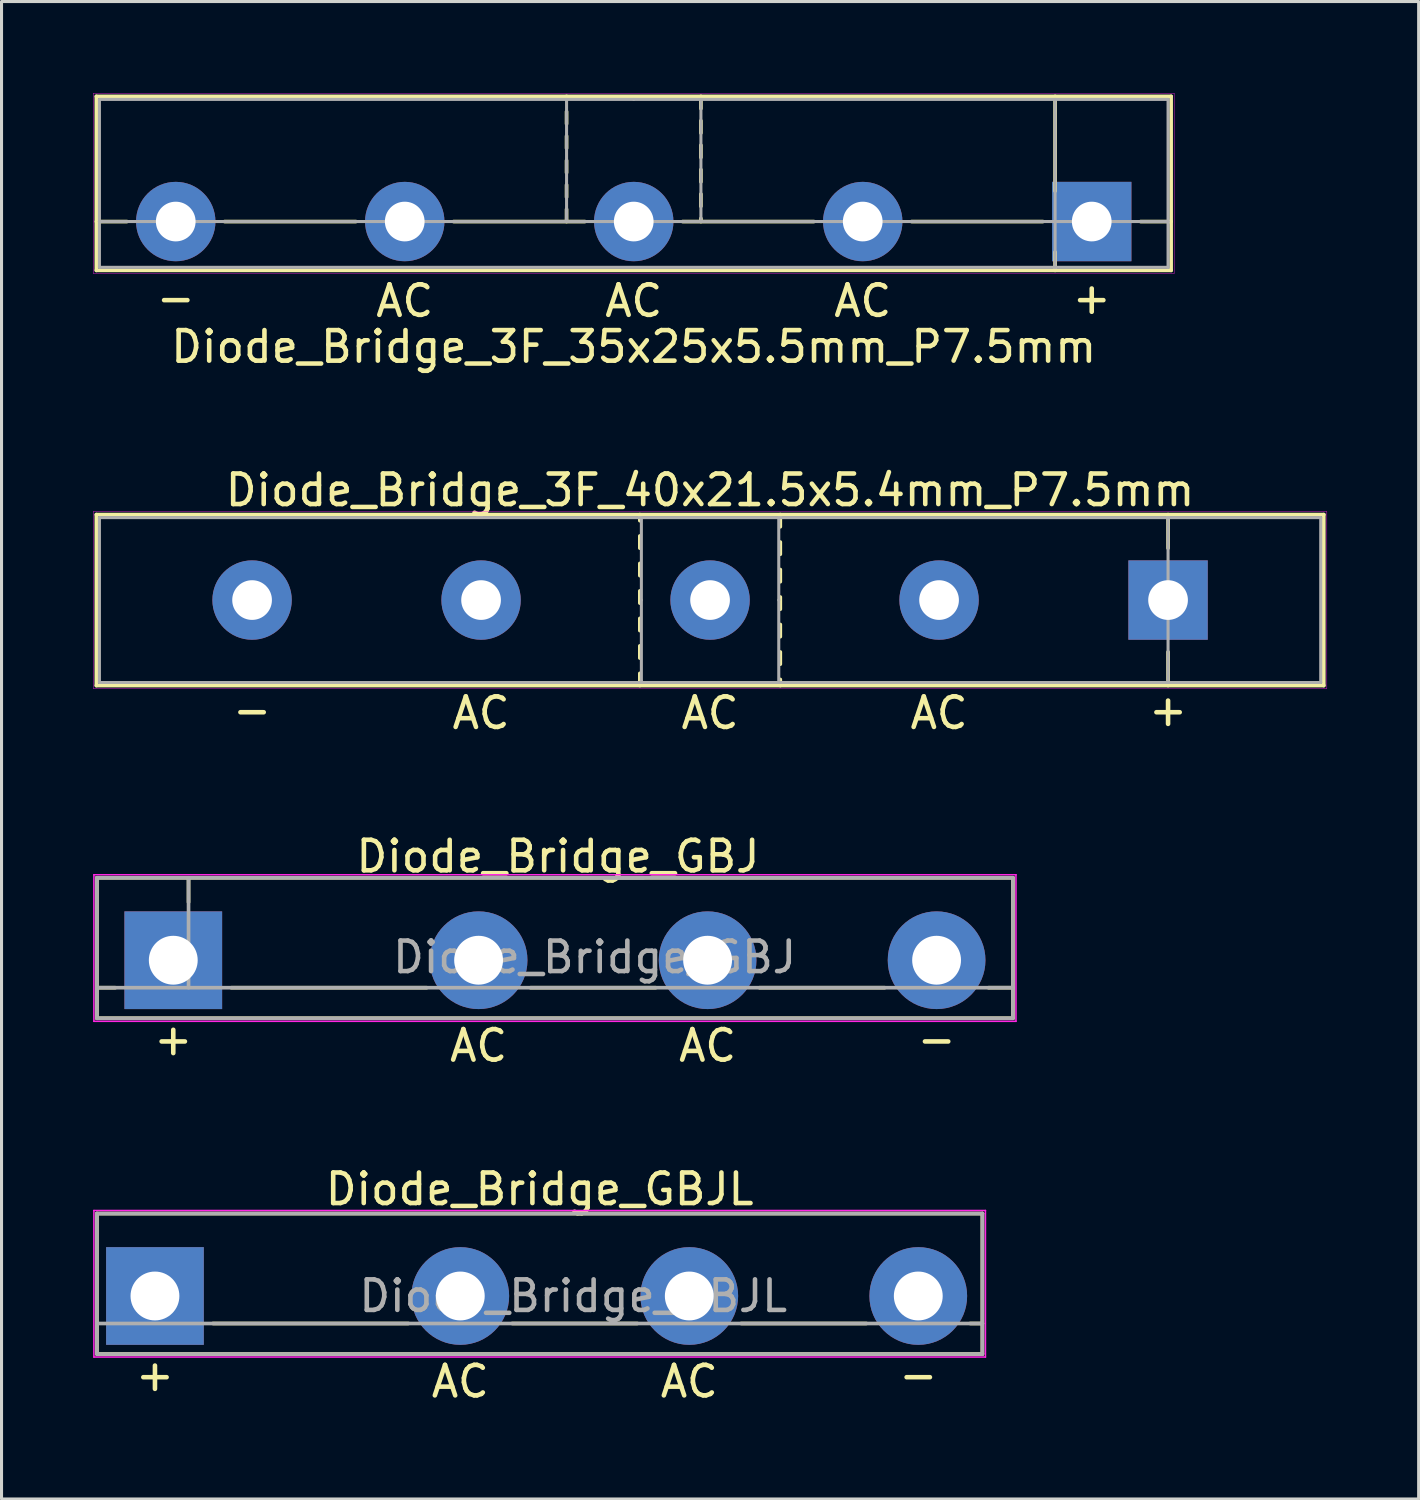
<source format=kicad_pcb>
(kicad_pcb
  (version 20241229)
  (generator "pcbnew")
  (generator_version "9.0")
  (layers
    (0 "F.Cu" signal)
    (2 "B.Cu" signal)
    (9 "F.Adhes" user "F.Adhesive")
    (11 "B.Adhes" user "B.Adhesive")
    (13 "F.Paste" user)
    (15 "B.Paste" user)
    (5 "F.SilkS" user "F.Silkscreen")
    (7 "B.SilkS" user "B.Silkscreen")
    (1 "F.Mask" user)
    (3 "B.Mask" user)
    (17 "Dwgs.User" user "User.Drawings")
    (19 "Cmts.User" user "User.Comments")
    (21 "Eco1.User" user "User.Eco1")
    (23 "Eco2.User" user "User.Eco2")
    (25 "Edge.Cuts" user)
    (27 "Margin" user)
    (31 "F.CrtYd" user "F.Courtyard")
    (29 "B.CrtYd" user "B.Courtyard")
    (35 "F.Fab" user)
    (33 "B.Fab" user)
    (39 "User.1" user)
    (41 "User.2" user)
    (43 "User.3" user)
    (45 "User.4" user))
  (footprint "Diode_Bridge_GBJL"
    (layer "F.Cu")
    (at 2.025 39.396)
    (property "Reference" "Diode_Bridge_GBJL" (at 12.6 -3.5 0) (layer "F.SilkS") (effects (font (size 1 1) (thickness 0.15))))
    (fp_line (start -1.9 -2.7) (end 27.1 -2.7) (stroke (width 0.12) (type solid)) (layer "F.SilkS"))
    (fp_line (start -1.9 1.9) (end -1.9 -2.7) (stroke (width 0.12) (type solid)) (layer "F.SilkS"))
    (fp_line (start 1.9 0.9) (end 8.3 0.9) (stroke (width 0.12) (type solid)) (layer "F.SilkS"))
    (fp_line (start 11.7 0.9) (end 15.8 0.9) (stroke (width 0.12) (type solid)) (layer "F.SilkS"))
    (fp_line (start 19.2 0.9) (end 23.3 0.9) (stroke (width 0.12) (type solid)) (layer "F.SilkS"))
    (fp_line (start 27.1 -2.7) (end 27.1 1.9) (stroke (width 0.12) (type solid)) (layer "F.SilkS"))
    (fp_line (start 27.1 0.9) (end 26.7 0.9) (stroke (width 0.12) (type solid)) (layer "F.SilkS"))
    (fp_line (start 27.1 1.9) (end -1.9 1.9) (stroke (width 0.12) (type solid)) (layer "F.SilkS"))
    (fp_line (start -2 -2.8) (end 27.2 -2.8) (stroke (width 0.05) (type solid)) (layer "F.CrtYd"))
    (fp_line (start -2 2) (end -2 -2.8) (stroke (width 0.05) (type solid)) (layer "F.CrtYd"))
    (fp_line (start 27.2 -2.8) (end 27.2 2) (stroke (width 0.05) (type solid)) (layer "F.CrtYd"))
    (fp_line (start 27.2 2) (end -2 2) (stroke (width 0.05) (type solid)) (layer "F.CrtYd"))
    (fp_line (start -1.9 -2.7) (end -1.9 1.9) (stroke (width 0.12) (type solid)) (layer "F.Fab"))
    (fp_line (start -1.9 0.9) (end 27.1 0.9) (stroke (width 0.12) (type solid)) (layer "F.Fab"))
    (fp_line (start -1.9 1.9) (end 27.1 1.9) (stroke (width 0.12) (type solid)) (layer "F.Fab"))
    (fp_line (start 27.1 -2.7) (end -1.9 -2.7) (stroke (width 0.12) (type solid)) (layer "F.Fab"))
    (fp_line (start 27.1 1.9) (end 27.1 -2.7) (stroke (width 0.12) (type solid)) (layer "F.Fab"))
    (fp_text user "AC" (at 10 2.8 0) (layer "F.SilkS") (effects (font (size 1 1) (thickness 0.15))))
    (fp_text user "-" (at 25 2.586 0) (layer "F.SilkS") (effects (font (size 1 1) (thickness 0.15))))
    (fp_text user "AC" (at 17.5 2.8 0) (layer "F.SilkS") (effects (font (size 1 1) (thickness 0.15))))
    (fp_text user "+" (at 0 2.586 0) (layer "F.SilkS") (effects (font (size 1 1) (thickness 0.15))))
    (fp_text user "${REFERENCE}" (at 13.7 0 0) (layer "F.Fab") (effects (font (size 1 1) (thickness 0.15))))
    (pad "1" thru_hole rect (at 0 0 180) (size 3.2 3.2) (drill 1.6) (layers "*.Cu" "*.Mask"))
    (pad "2" thru_hole circle (at 10 0 180) (size 3.2 3.2) (drill 1.6) (layers "*.Cu" "*.Mask"))
    (pad "3" thru_hole circle (at 17.5 0 180) (size 3.2 3.2) (drill 1.6) (layers "*.Cu" "*.Mask"))
    (pad "4" thru_hole circle (at 25 0 180) (size 3.2 3.2) (drill 1.6) (layers "*.Cu" "*.Mask")))
  (footprint "Diode_Bridge_3F_35x25x5.5mm_P7.5mm"
    (layer "F.Cu")
    (at 32.706 4.206)
    (property "Reference" "Diode_Bridge_3F_35x25x5.5mm_P7.5mm" (at -15 4.1 0) (unlocked yes) (layer "F.SilkS") (effects (font (size 1 1) (thickness 0.15))))
    (fp_line (start -32.6 -4.1) (end 2.6 -4.1) (stroke (width 0.12) (type solid)) (layer "F.SilkS"))
    (fp_line (start -32.6 0) (end -31.6 0) (stroke (width 0.12) (type solid)) (layer "F.SilkS"))
    (fp_line (start -32.6 1.6) (end -32.6 -4.1) (stroke (width 0.12) (type solid)) (layer "F.SilkS"))
    (fp_line (start -28.4 0) (end -24.1 0) (stroke (width 0.12) (type solid)) (layer "F.SilkS"))
    (fp_line (start -20.9 0) (end -16.6 0) (stroke (width 0.12) (type solid)) (layer "F.SilkS"))
    (fp_line (start -17.2 -4) (end -17.2 -4.1) (stroke (width 0.12) (type solid)) (layer "F.SilkS"))
    (fp_line (start -17.2 -3.2) (end -17.2 -3.6) (stroke (width 0.12) (type solid)) (layer "F.SilkS"))
    (fp_line (start -17.2 -2.4) (end -17.2 -2.8) (stroke (width 0.12) (type solid)) (layer "F.SilkS"))
    (fp_line (start -17.2 -1.6) (end -17.2 -2) (stroke (width 0.12) (type solid)) (layer "F.SilkS"))
    (fp_line (start -17.2 -0.8) (end -17.2 -1.2) (stroke (width 0.12) (type solid)) (layer "F.SilkS"))
    (fp_line (start -17.2 0) (end -17.2 -0.4) (stroke (width 0.12) (type solid)) (layer "F.SilkS"))
    (fp_line (start -13.4 0) (end -9.1 0) (stroke (width 0.12) (type solid)) (layer "F.SilkS"))
    (fp_line (start -12.8 -4.1) (end -12.8 -3.7) (stroke (width 0.12) (type solid)) (layer "F.SilkS"))
    (fp_line (start -12.8 -3.3) (end -12.8 -2.9) (stroke (width 0.12) (type solid)) (layer "F.SilkS"))
    (fp_line (start -12.8 -2.5) (end -12.8 -2.1) (stroke (width 0.12) (type solid)) (layer "F.SilkS"))
    (fp_line (start -12.8 -1.7) (end -12.8 -1.3) (stroke (width 0.12) (type solid)) (layer "F.SilkS"))
    (fp_line (start -12.8 -0.9) (end -12.8 -0.5) (stroke (width 0.12) (type solid)) (layer "F.SilkS"))
    (fp_line (start -12.8 -0.1) (end -12.8 0) (stroke (width 0.12) (type solid)) (layer "F.SilkS"))
    (fp_line (start -5.9 0) (end -1.6 0) (stroke (width 0.12) (type solid)) (layer "F.SilkS"))
    (fp_line (start -1.2 -4.1) (end -1.2 -1) (stroke (width 0.12) (type solid)) (layer "F.SilkS"))
    (fp_line (start -1.2 1.6) (end -1.2 1) (stroke (width 0.12) (type solid)) (layer "F.SilkS"))
    (fp_line (start 1.6 0) (end 2.6 0) (stroke (width 0.12) (type solid)) (layer "F.SilkS"))
    (fp_line (start 2.6 -4.1) (end 2.6 1.6) (stroke (width 0.12) (type solid)) (layer "F.SilkS"))
    (fp_line (start 2.6 1.6) (end -32.6 1.6) (stroke (width 0.12) (type solid)) (layer "F.SilkS"))
    (fp_line (start -32.7 -4.2) (end 2.7 -4.2) (stroke (width 0.013) (type solid)) (layer "F.CrtYd"))
    (fp_line (start -32.7 1.7) (end -32.7 -4.2) (stroke (width 0.013) (type solid)) (layer "F.CrtYd"))
    (fp_line (start 2.7 -4.2) (end 2.7 1.7) (stroke (width 0.013) (type solid)) (layer "F.CrtYd"))
    (fp_line (start 2.7 1.7) (end -32.7 1.7) (stroke (width 0.013) (type solid)) (layer "F.CrtYd"))
    (fp_line (start -32.5 0) (end -32.5 -4) (stroke (width 0.1) (type solid)) (layer "F.Fab"))
    (fp_line (start -32.5 0) (end -32.5 1.5) (stroke (width 0.1) (type solid)) (layer "F.Fab"))
    (fp_line (start -32.5 1.5) (end 2.5 1.5) (stroke (width 0.1) (type solid)) (layer "F.Fab"))
    (fp_line (start -17.2 -4) (end -17.2 0) (stroke (width 0.1) (type solid)) (layer "F.Fab"))
    (fp_line (start -15 -4) (end -32.5 -4) (stroke (width 0.1) (type solid)) (layer "F.Fab"))
    (fp_line (start -15 -4) (end 2.5 -4) (stroke (width 0.1) (type solid)) (layer "F.Fab"))
    (fp_line (start -12.8 -4) (end -12.8 0) (stroke (width 0.1) (type solid)) (layer "F.Fab"))
    (fp_line (start -1.2 1.5) (end -1.2 -4) (stroke (width 0.1) (type solid)) (layer "F.Fab"))
    (fp_line (start 2.5 -4) (end 2.5 0) (stroke (width 0.1) (type solid)) (layer "F.Fab"))
    (fp_line (start 2.5 0) (end -32.5 0) (stroke (width 0.1) (type solid)) (layer "F.Fab"))
    (fp_line (start 2.5 1.5) (end 2.5 0) (stroke (width 0.1) (type solid)) (layer "F.Fab"))
    (fp_text user "-" (at -30 2.5 0) (layer "F.SilkS") (effects (font (size 1 1) (thickness 0.15))))
    (fp_text user "+" (at 0 2.5 0) (layer "F.SilkS") (effects (font (size 1 1) (thickness 0.15))))
    (fp_text user "AC" (at -15 2.6 0) (layer "F.SilkS") (effects (font (size 1 1) (thickness 0.15))))
    (fp_text user "AC" (at -7.5 2.6 0) (layer "F.SilkS") (effects (font (size 1 1) (thickness 0.15))))
    (fp_text user "AC" (at -22.5 2.6 0) (layer "F.SilkS") (effects (font (size 1 1) (thickness 0.15))))
    (pad "1" thru_hole rect (at 0 0) (size 2.6 2.6) (drill 1.3) (layers "*.Cu" "*.Mask"))
    (pad "2" thru_hole circle (at -7.5 0) (size 2.6 2.6) (drill 1.3) (layers "*.Cu" "*.Mask"))
    (pad "3" thru_hole circle (at -15 0) (size 2.6 2.6) (drill 1.3) (layers "*.Cu" "*.Mask"))
    (pad "4" thru_hole circle (at -22.5 0) (size 2.6 2.6) (drill 1.3) (layers "*.Cu" "*.Mask"))
    (pad "5" thru_hole circle (at -30 0) (size 2.6 2.6) (drill 1.3) (layers "*.Cu" "*.Mask")))
  (footprint "Diode_Bridge_3F_40x21.5x5.4mm_P7.5mm"
    (layer "F.Cu")
    (at 35.206 16.603)
    (property "Reference" "Diode_Bridge_3F_40x21.5x5.4mm_P7.5mm" (at -15 -3.6 0) (unlocked yes) (layer "F.SilkS") (effects (font (size 1 1) (thickness 0.15))))
    (fp_line (start -35.1 -2.8) (end 5.1 -2.8) (stroke (width 0.12) (type solid)) (layer "F.SilkS"))
    (fp_line (start -35.1 2.8) (end -35.1 -2.8) (stroke (width 0.12) (type solid)) (layer "F.SilkS"))
    (fp_line (start -17.3 -2.6) (end -17.3 -2.8) (stroke (width 0.12) (type solid)) (layer "F.SilkS"))
    (fp_line (start -17.3 -1.7) (end -17.3 -2.1) (stroke (width 0.12) (type solid)) (layer "F.SilkS"))
    (fp_line (start -17.3 -0.8) (end -17.3 -1.2) (stroke (width 0.12) (type solid)) (layer "F.SilkS"))
    (fp_line (start -17.3 0.1) (end -17.3 -0.3) (stroke (width 0.12) (type solid)) (layer "F.SilkS"))
    (fp_line (start -17.3 1) (end -17.3 0.6) (stroke (width 0.12) (type solid)) (layer "F.SilkS"))
    (fp_line (start -17.3 1.9) (end -17.3 1.5) (stroke (width 0.12) (type solid)) (layer "F.SilkS"))
    (fp_line (start -17.3 2.8) (end -17.3 2.4) (stroke (width 0.12) (type solid)) (layer "F.SilkS"))
    (fp_line (start -12.7 -2.8) (end -12.7 -2.4) (stroke (width 0.12) (type solid)) (layer "F.SilkS"))
    (fp_line (start -12.7 -1.9) (end -12.7 -1.5) (stroke (width 0.12) (type solid)) (layer "F.SilkS"))
    (fp_line (start -12.7 -1) (end -12.7 -0.6) (stroke (width 0.12) (type solid)) (layer "F.SilkS"))
    (fp_line (start -12.7 -0.1) (end -12.7 0.3) (stroke (width 0.12) (type solid)) (layer "F.SilkS"))
    (fp_line (start -12.7 0.8) (end -12.7 1.2) (stroke (width 0.12) (type solid)) (layer "F.SilkS"))
    (fp_line (start -12.7 1.7) (end -12.7 2.1) (stroke (width 0.12) (type solid)) (layer "F.SilkS"))
    (fp_line (start -12.7 2.6) (end -12.7 2.8) (stroke (width 0.12) (type solid)) (layer "F.SilkS"))
    (fp_line (start 0 -1.7) (end 0 -2.8) (stroke (width 0.12) (type solid)) (layer "F.SilkS"))
    (fp_line (start 0 2.8) (end 0 1.7) (stroke (width 0.12) (type solid)) (layer "F.SilkS"))
    (fp_line (start 5.1 -2.8) (end 5.1 2.8) (stroke (width 0.12) (type solid)) (layer "F.SilkS"))
    (fp_line (start 5.1 2.8) (end -35.1 2.8) (stroke (width 0.12) (type solid)) (layer "F.SilkS"))
    (fp_line (start -35.2 -2.9) (end -35.2 2.9) (stroke (width 0.013) (type solid)) (layer "F.CrtYd"))
    (fp_line (start -35.2 2.9) (end 5.2 2.9) (stroke (width 0.013) (type solid)) (layer "F.CrtYd"))
    (fp_line (start 5.2 -2.9) (end -35.2 -2.9) (stroke (width 0.013) (type solid)) (layer "F.CrtYd"))
    (fp_line (start 5.2 2.9) (end 5.2 -2.9) (stroke (width 0.013) (type solid)) (layer "F.CrtYd"))
    (fp_line (start -35 -2.7) (end 5 -2.7) (stroke (width 0.1) (type solid)) (layer "F.Fab"))
    (fp_line (start -35 2.7) (end -35 -2.7) (stroke (width 0.1) (type solid)) (layer "F.Fab"))
    (fp_line (start -17.25 0) (end -17.25 -2.7) (stroke (width 0.1) (type solid)) (layer "F.Fab"))
    (fp_line (start -17.25 0) (end -17.25 2.65) (stroke (width 0.1) (type solid)) (layer "F.Fab"))
    (fp_line (start -17.25 2.65) (end -17.25 2.7) (stroke (width 0.1) (type solid)) (layer "F.Fab"))
    (fp_line (start -15 2.7) (end -35 2.7) (stroke (width 0.1) (type solid)) (layer "F.Fab"))
    (fp_line (start -12.75 0) (end -12.75 -2.7) (stroke (width 0.1) (type solid)) (layer "F.Fab"))
    (fp_line (start -12.75 0) (end -12.75 2.7) (stroke (width 0.1) (type solid)) (layer "F.Fab"))
    (fp_line (start 0 2.7) (end 0 -2.7) (stroke (width 0.1) (type solid)) (layer "F.Fab"))
    (fp_line (start 5 -2.7) (end 5 2.7) (stroke (width 0.1) (type solid)) (layer "F.Fab"))
    (fp_line (start 5 2.7) (end -15 2.7) (stroke (width 0.1) (type solid)) (layer "F.Fab"))
    (fp_text user "AC" (at -22.5 3.7 0) (layer "F.SilkS") (effects (font (size 1 1) (thickness 0.15))))
    (fp_text user "AC" (at -7.5 3.7 0) (layer "F.SilkS") (effects (font (size 1 1) (thickness 0.15))))
    (fp_text user "+" (at 0 3.6 0) (layer "F.SilkS") (effects (font (size 1 1) (thickness 0.15))))
    (fp_text user "-" (at -30 3.6 0) (layer "F.SilkS") (effects (font (size 1 1) (thickness 0.15))))
    (fp_text user "AC" (at -15 3.7 0) (layer "F.SilkS") (effects (font (size 1 1) (thickness 0.15))))
    (pad "1" thru_hole rect (at 0 0) (size 2.6 2.6) (drill 1.3) (layers "*.Cu" "*.Mask"))
    (pad "2" thru_hole circle (at -7.5 0) (size 2.6 2.6) (drill 1.3) (layers "*.Cu" "*.Mask"))
    (pad "3" thru_hole circle (at -15 0) (size 2.6 2.6) (drill 1.3) (layers "*.Cu" "*.Mask"))
    (pad "4" thru_hole circle (at -22.5 0) (size 2.6 2.6) (drill 1.3) (layers "*.Cu" "*.Mask"))
    (pad "5" thru_hole circle (at -30 0) (size 2.6 2.6) (drill 1.3) (layers "*.Cu" "*.Mask")))
  (footprint "Diode_Bridge_GBJ"
    (layer "F.Cu")
    (at 2.625 28.399)
    (property "Reference" "Diode_Bridge_GBJ" (at 12.6 -3.4 0) (layer "F.SilkS") (effects (font (size 1 1) (thickness 0.15))))
    (fp_line (start -2.5 -2.7) (end -2.5 1.9) (stroke (width 0.12) (type solid)) (layer "F.SilkS"))
    (fp_line (start -2.5 -2.7) (end 27.5 -2.7) (stroke (width 0.12) (type solid)) (layer "F.SilkS"))
    (fp_line (start -1.9 0.9) (end -2.5 0.9) (stroke (width 0.12) (type solid)) (layer "F.SilkS"))
    (fp_line (start 0.5 -2.7) (end 0.5 -1.9) (stroke (width 0.12) (type solid)) (layer "F.SilkS"))
    (fp_line (start 8.3 0.9) (end 1.9 0.9) (stroke (width 0.12) (type solid)) (layer "F.SilkS"))
    (fp_line (start 15.8 0.9) (end 11.7 0.9) (stroke (width 0.12) (type solid)) (layer "F.SilkS"))
    (fp_line (start 23.3 0.9) (end 19.2 0.9) (stroke (width 0.12) (type solid)) (layer "F.SilkS"))
    (fp_line (start 27.5 -2.7) (end 27.5 1.9) (stroke (width 0.12) (type solid)) (layer "F.SilkS"))
    (fp_line (start 27.5 0.9) (end 26.7 0.9) (stroke (width 0.12) (type solid)) (layer "F.SilkS"))
    (fp_line (start 27.5 1.9) (end -2.5 1.9) (stroke (width 0.12) (type solid)) (layer "F.SilkS"))
    (fp_line (start -2.6 -2.8) (end -2.6 2) (stroke (width 0.05) (type solid)) (layer "F.CrtYd"))
    (fp_line (start -2.6 2) (end 27.6 2) (stroke (width 0.05) (type solid)) (layer "F.CrtYd"))
    (fp_line (start 27.6 -2.8) (end -2.6 -2.8) (stroke (width 0.05) (type solid)) (layer "F.CrtYd"))
    (fp_line (start 27.6 2) (end 27.6 -2.8) (stroke (width 0.05) (type solid)) (layer "F.CrtYd"))
    (fp_line (start -2.5 -2.7) (end 27.5 -2.7) (stroke (width 0.12) (type solid)) (layer "F.Fab"))
    (fp_line (start -2.5 0.9) (end 27.5 0.9) (stroke (width 0.12) (type solid)) (layer "F.Fab"))
    (fp_line (start -2.5 1.9) (end -2.5 -2.7) (stroke (width 0.12) (type solid)) (layer "F.Fab"))
    (fp_line (start 0.5 -2.7) (end 0.5 0.9) (stroke (width 0.12) (type solid)) (layer "F.Fab"))
    (fp_line (start 12.1 -2.7) (end 15.4 -2.7) (stroke (width 0.12) (type solid)) (layer "F.Fab"))
    (fp_line (start 27.5 -2.7) (end 27.5 1.9) (stroke (width 0.12) (type solid)) (layer "F.Fab"))
    (fp_line (start 27.5 1.9) (end -2.5 1.9) (stroke (width 0.12) (type solid)) (layer "F.Fab"))
    (fp_text user "+" (at 0 2.586 0) (layer "F.SilkS") (effects (font (size 1 1) (thickness 0.15))))
    (fp_text user "AC" (at 17.5 2.8 0) (layer "F.SilkS") (effects (font (size 1 1) (thickness 0.15))))
    (fp_text user "-" (at 25 2.586 0) (layer "F.SilkS") (effects (font (size 1 1) (thickness 0.15))))
    (fp_text user "AC" (at 10 2.8 0) (layer "F.SilkS") (effects (font (size 1 1) (thickness 0.15))))
    (fp_text user "${REFERENCE}" (at 13.8 -0.1 0) (layer "F.Fab") (effects (font (size 1 1) (thickness 0.15))))
    (pad "1" thru_hole rect (at 0 0 180) (size 3.2 3.2) (drill 1.6) (layers "*.Cu" "*.Mask"))
    (pad "2" thru_hole circle (at 10 0 180) (size 3.2 3.2) (drill 1.6) (layers "*.Cu" "*.Mask"))
    (pad "3" thru_hole circle (at 17.5 0 180) (size 3.2 3.2) (drill 1.6) (layers "*.Cu" "*.Mask"))
    (pad "4" thru_hole circle (at 25 0 180) (size 3.2 3.2) (drill 1.6) (layers "*.Cu" "*.Mask")))
  (gr_rect
    (start -3 -3)
    (end 43.413 46.044)
    (stroke (width 0.1) (type default))
    (fill no)
    (layer "Edge.Cuts")))
</source>
